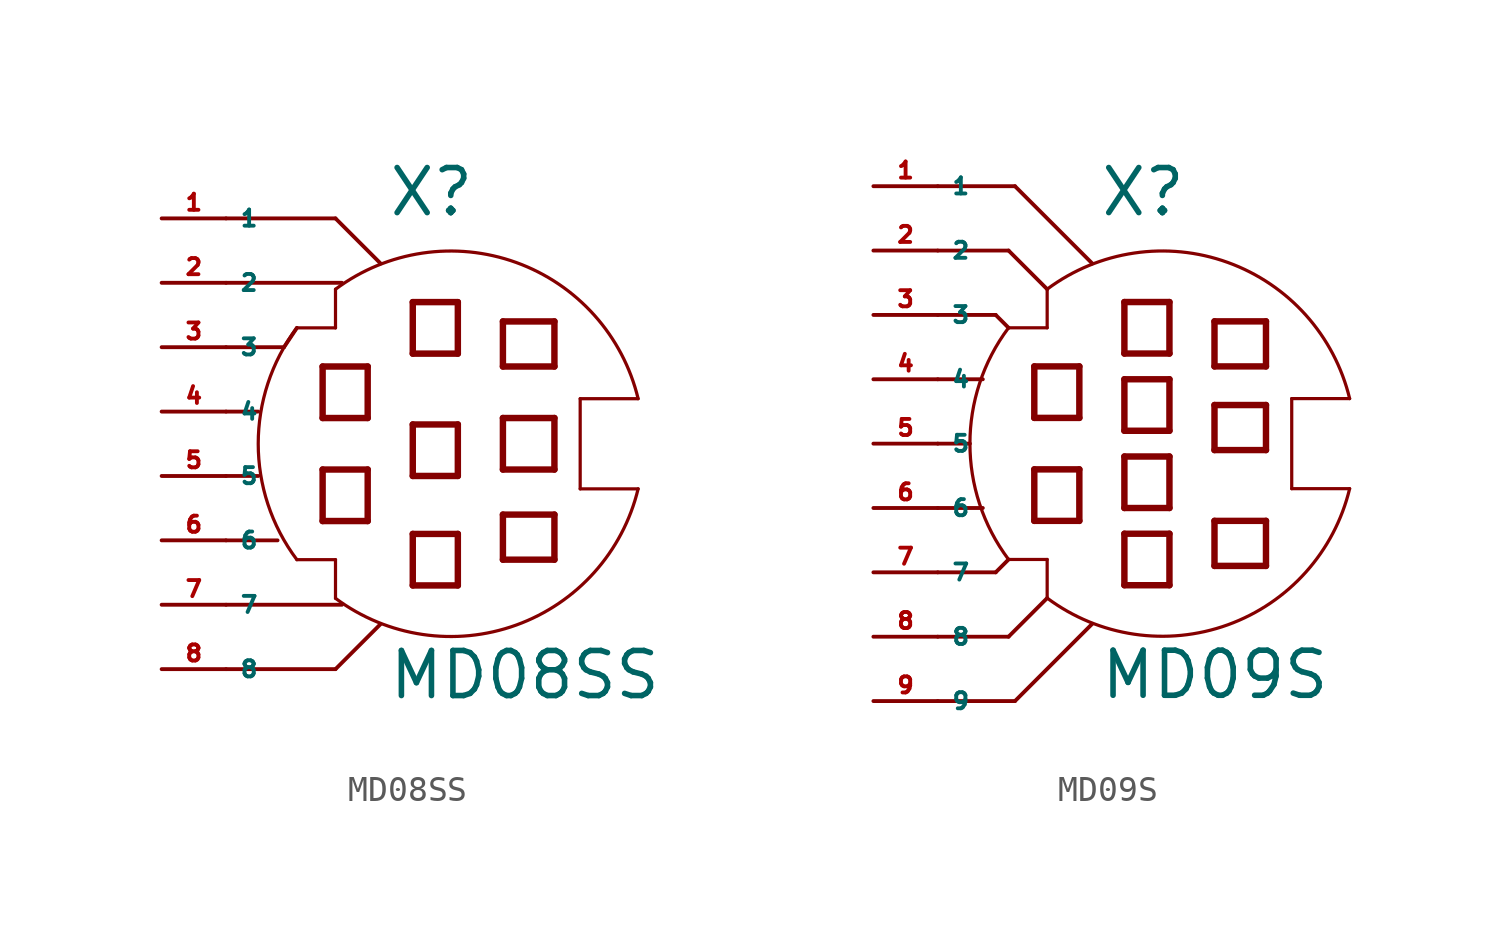
<source format=kicad_sym>
(kicad_symbol_lib
  (version 20220914)
  (generator Eagle2Kicad)
  (symbol "MD08SS"
    (property "Reference" "X"
      (at -1.27 10.16 0)
      (effects (font (size 1.778 1.778) (thickness 0.22)) (justify left bottom)))
    (property "Value" "MD08SS"
      (at -1.27 -8.89 0)
      (effects (font (size 1.778 1.778) (thickness 0.22)) (justify left bottom)))
    (polyline
      (pts (xy 6.35 -0.508) (xy 6.35 3.048))
      (stroke (width 0.127) (type default))
      (fill (type none)))
    (polyline
      (pts (xy 6.35 3.048) (xy 8.636 3.048))
      (stroke (width 0.127) (type default))
      (fill (type none)))
    (polyline
      (pts (xy -3.302 7.366) (xy -3.302 5.842))
      (stroke (width 0.127) (type default))
      (fill (type none)))
    (polyline
      (pts (xy -3.302 5.842) (xy -4.826 5.842))
      (stroke (width 0.127) (type default))
      (fill (type none)))
    (polyline
      (pts (xy -4.826 -3.302) (xy -3.302 -3.302))
      (stroke (width 0.127) (type default))
      (fill (type none)))
    (polyline
      (pts (xy -3.302 -3.302) (xy -3.302 -4.826))
      (stroke (width 0.127) (type default))
      (fill (type none)))
    (arc
      (start -4.826 5.842)
      (mid -6.350 1.270)
      (end -4.826 -3.302)
      (stroke (width 0.127) (type default))
      (fill (type none)))
    (arc
      (start 8.6359 3.048)
      (mid 3.829 8.420)
      (end -3.302 7.366)
      (stroke (width 0.127) (type default))
      (fill (type none)))
    (polyline
      (pts (xy 1.524 0) (xy -0.254 0))
      (stroke (width 0.254) (type default))
      (fill (type none)))
    (polyline
      (pts (xy -0.254 0) (xy -0.254 2.032))
      (stroke (width 0.254) (type default))
      (fill (type none)))
    (polyline
      (pts (xy -0.254 2.032) (xy 1.524 2.032))
      (stroke (width 0.254) (type default))
      (fill (type none)))
    (polyline
      (pts (xy 1.524 2.032) (xy 1.524 0))
      (stroke (width 0.254) (type default))
      (fill (type none)))
    (polyline
      (pts (xy 1.524 4.826) (xy -0.254 4.826))
      (stroke (width 0.254) (type default))
      (fill (type none)))
    (polyline
      (pts (xy -0.254 4.826) (xy -0.254 6.858))
      (stroke (width 0.254) (type default))
      (fill (type none)))
    (polyline
      (pts (xy -0.254 6.858) (xy 1.524 6.858))
      (stroke (width 0.254) (type default))
      (fill (type none)))
    (polyline
      (pts (xy 1.524 6.858) (xy 1.524 4.826))
      (stroke (width 0.254) (type default))
      (fill (type none)))
    (polyline
      (pts (xy 1.524 -4.318) (xy -0.254 -4.318))
      (stroke (width 0.254) (type default))
      (fill (type none)))
    (polyline
      (pts (xy -0.254 -4.318) (xy -0.254 -2.286))
      (stroke (width 0.254) (type default))
      (fill (type none)))
    (polyline
      (pts (xy -0.254 -2.286) (xy 1.524 -2.286))
      (stroke (width 0.254) (type default))
      (fill (type none)))
    (polyline
      (pts (xy 1.524 -2.286) (xy 1.524 -4.318))
      (stroke (width 0.254) (type default))
      (fill (type none)))
    (polyline
      (pts (xy 5.334 4.318) (xy 3.302 4.318))
      (stroke (width 0.254) (type default))
      (fill (type none)))
    (polyline
      (pts (xy 3.302 4.318) (xy 3.302 6.096))
      (stroke (width 0.254) (type default))
      (fill (type none)))
    (polyline
      (pts (xy 3.302 6.096) (xy 5.334 6.096))
      (stroke (width 0.254) (type default))
      (fill (type none)))
    (polyline
      (pts (xy 5.334 6.096) (xy 5.334 4.318))
      (stroke (width 0.254) (type default))
      (fill (type none)))
    (polyline
      (pts (xy 5.334 0.254) (xy 3.302 0.254))
      (stroke (width 0.254) (type default))
      (fill (type none)))
    (polyline
      (pts (xy 3.302 0.254) (xy 3.302 2.286))
      (stroke (width 0.254) (type default))
      (fill (type none)))
    (polyline
      (pts (xy 3.302 2.286) (xy 5.334 2.286))
      (stroke (width 0.254) (type default))
      (fill (type none)))
    (polyline
      (pts (xy 5.334 2.286) (xy 5.334 0.254))
      (stroke (width 0.254) (type default))
      (fill (type none)))
    (polyline
      (pts (xy 5.334 -3.302) (xy 3.302 -3.302))
      (stroke (width 0.254) (type default))
      (fill (type none)))
    (polyline
      (pts (xy 3.302 -3.302) (xy 3.302 -1.524))
      (stroke (width 0.254) (type default))
      (fill (type none)))
    (polyline
      (pts (xy 3.302 -1.524) (xy 5.334 -1.524))
      (stroke (width 0.254) (type default))
      (fill (type none)))
    (polyline
      (pts (xy 5.334 -1.524) (xy 5.334 -3.302))
      (stroke (width 0.254) (type default))
      (fill (type none)))
    (polyline
      (pts (xy -2.032 2.286) (xy -3.81 2.286))
      (stroke (width 0.254) (type default))
      (fill (type none)))
    (polyline
      (pts (xy -3.81 2.286) (xy -3.81 4.318))
      (stroke (width 0.254) (type default))
      (fill (type none)))
    (polyline
      (pts (xy -3.81 4.318) (xy -2.032 4.318))
      (stroke (width 0.254) (type default))
      (fill (type none)))
    (polyline
      (pts (xy -2.032 4.318) (xy -2.032 2.286))
      (stroke (width 0.254) (type default))
      (fill (type none)))
    (polyline
      (pts (xy -2.032 -1.778) (xy -3.81 -1.778))
      (stroke (width 0.254) (type default))
      (fill (type none)))
    (polyline
      (pts (xy -3.81 -1.778) (xy -3.81 0.254))
      (stroke (width 0.254) (type default))
      (fill (type none)))
    (polyline
      (pts (xy -3.81 0.254) (xy -2.032 0.254))
      (stroke (width 0.254) (type default))
      (fill (type none)))
    (polyline
      (pts (xy -2.032 0.254) (xy -2.032 -1.778))
      (stroke (width 0.254) (type default))
      (fill (type none)))
    (polyline
      (pts (xy -7.62 0) (xy -6.35 0))
      (stroke (width 0.152) (type default))
      (fill (type none)))
    (polyline
      (pts (xy -7.62 2.54) (xy -6.35 2.54))
      (stroke (width 0.152) (type default))
      (fill (type none)))
    (polyline
      (pts (xy -7.62 -2.54) (xy -5.588 -2.54))
      (stroke (width 0.152) (type default))
      (fill (type none)))
    (polyline
      (pts (xy -7.62 5.08) (xy -5.334 5.08))
      (stroke (width 0.152) (type default))
      (fill (type none)))
    (polyline
      (pts (xy -5.334 5.08) (xy -4.826 5.842))
      (stroke (width 0.152) (type default))
      (fill (type none)))
    (polyline
      (pts (xy -7.62 -5.08) (xy -3.048 -5.08))
      (stroke (width 0.152) (type default))
      (fill (type none)))
    (polyline
      (pts (xy -7.62 7.62) (xy -3.048 7.62))
      (stroke (width 0.152) (type default))
      (fill (type none)))
    (polyline
      (pts (xy 6.35 -0.508) (xy 8.636 -0.508))
      (stroke (width 0.127) (type default))
      (fill (type none)))
    (arc
      (start -3.302 -4.826)
      (mid 3.829 -5.880)
      (end 8.6359 -0.508)
      (stroke (width 0.127) (type default))
      (fill (type none)))
    (polyline
      (pts (xy -7.62 10.16) (xy -3.302 10.16))
      (stroke (width 0.152) (type default))
      (fill (type none)))
    (polyline
      (pts (xy -3.302 10.16) (xy -1.524 8.382))
      (stroke (width 0.152) (type default))
      (fill (type none)))
    (polyline
      (pts (xy -7.62 -7.62) (xy -3.302 -7.62))
      (stroke (width 0.152) (type default))
      (fill (type none)))
    (polyline
      (pts (xy -3.302 -7.62) (xy -1.524 -5.842))
      (stroke (width 0.152) (type default))
      (fill (type none)))
    (pin passive line
      (at -10.16 10.16 0)
      (length 2.54)
      (name "1" (effects (font (size 0.635 0.635) (thickness 0.08)) (justify left bottom)))
      (number "1" (effects (font (size 0.635 0.635) (thickness 0.08)) (justify left bottom))))
    (pin passive line
      (at -10.16 7.62 0)
      (length 2.54)
      (name "2" (effects (font (size 0.635 0.635) (thickness 0.08)) (justify left bottom)))
      (number "2" (effects (font (size 0.635 0.635) (thickness 0.08)) (justify left bottom))))
    (pin passive line
      (at -10.16 5.08 0)
      (length 2.54)
      (name "3" (effects (font (size 0.635 0.635) (thickness 0.08)) (justify left bottom)))
      (number "3" (effects (font (size 0.635 0.635) (thickness 0.08)) (justify left bottom))))
    (pin passive line
      (at -10.16 2.54 0)
      (length 2.54)
      (name "4" (effects (font (size 0.635 0.635) (thickness 0.08)) (justify left bottom)))
      (number "4" (effects (font (size 0.635 0.635) (thickness 0.08)) (justify left bottom))))
    (pin passive line
      (at -10.16 0 0)
      (length 2.54)
      (name "5" (effects (font (size 0.635 0.635) (thickness 0.08)) (justify left bottom)))
      (number "5" (effects (font (size 0.635 0.635) (thickness 0.08)) (justify left bottom))))
    (pin passive line
      (at -10.16 -2.54 0)
      (length 2.54)
      (name "6" (effects (font (size 0.635 0.635) (thickness 0.08)) (justify left bottom)))
      (number "6" (effects (font (size 0.635 0.635) (thickness 0.08)) (justify left bottom))))
    (pin passive line
      (at -10.16 -5.08 0)
      (length 2.54)
      (name "7" (effects (font (size 0.635 0.635) (thickness 0.08)) (justify left bottom)))
      (number "7" (effects (font (size 0.635 0.635) (thickness 0.08)) (justify left bottom))))
    (pin passive line
      (at -10.16 -7.62 0)
      (length 2.54)
      (name "8" (effects (font (size 0.635 0.635) (thickness 0.08)) (justify left bottom)))
      (number "8" (effects (font (size 0.635 0.635) (thickness 0.08)) (justify left bottom)))))
  (symbol "MD09S"
    (property "Reference" "X"
      (at -1.27 8.89 0)
      (effects (font (size 1.778 1.778) (thickness 0.22)) (justify left bottom)))
    (property "Value" "MD09S"
      (at -1.27 -10.16 0)
      (effects (font (size 1.778 1.778) (thickness 0.22)) (justify left bottom)))
    (polyline
      (pts (xy 6.35 -1.778) (xy 6.35 1.778))
      (stroke (width 0.127) (type default))
      (fill (type none)))
    (polyline
      (pts (xy 6.35 1.778) (xy 8.636 1.778))
      (stroke (width 0.127) (type default))
      (fill (type none)))
    (polyline
      (pts (xy -3.302 6.096) (xy -3.302 4.572))
      (stroke (width 0.127) (type default))
      (fill (type none)))
    (polyline
      (pts (xy -3.302 4.572) (xy -4.826 4.572))
      (stroke (width 0.127) (type default))
      (fill (type none)))
    (polyline
      (pts (xy -4.826 -4.572) (xy -3.302 -4.572))
      (stroke (width 0.127) (type default))
      (fill (type none)))
    (polyline
      (pts (xy -3.302 -4.572) (xy -3.302 -6.096))
      (stroke (width 0.127) (type default))
      (fill (type none)))
    (arc
      (start -4.826 4.572)
      (mid -6.350 0.000)
      (end -4.826 -4.572)
      (stroke (width 0.127) (type default))
      (fill (type none)))
    (arc
      (start 8.6359 1.778)
      (mid 3.829 7.150)
      (end -3.302 6.096)
      (stroke (width 0.127) (type default))
      (fill (type none)))
    (polyline
      (pts (xy 1.524 0.508) (xy -0.254 0.508))
      (stroke (width 0.254) (type default))
      (fill (type none)))
    (polyline
      (pts (xy -0.254 0.508) (xy -0.254 2.54))
      (stroke (width 0.254) (type default))
      (fill (type none)))
    (polyline
      (pts (xy -0.254 2.54) (xy 1.524 2.54))
      (stroke (width 0.254) (type default))
      (fill (type none)))
    (polyline
      (pts (xy 1.524 2.54) (xy 1.524 0.508))
      (stroke (width 0.254) (type default))
      (fill (type none)))
    (polyline
      (pts (xy 1.524 3.556) (xy -0.254 3.556))
      (stroke (width 0.254) (type default))
      (fill (type none)))
    (polyline
      (pts (xy -0.254 3.556) (xy -0.254 5.588))
      (stroke (width 0.254) (type default))
      (fill (type none)))
    (polyline
      (pts (xy -0.254 5.588) (xy 1.524 5.588))
      (stroke (width 0.254) (type default))
      (fill (type none)))
    (polyline
      (pts (xy 1.524 5.588) (xy 1.524 3.556))
      (stroke (width 0.254) (type default))
      (fill (type none)))
    (polyline
      (pts (xy 1.524 -2.54) (xy -0.254 -2.54))
      (stroke (width 0.254) (type default))
      (fill (type none)))
    (polyline
      (pts (xy -0.254 -2.54) (xy -0.254 -0.508))
      (stroke (width 0.254) (type default))
      (fill (type none)))
    (polyline
      (pts (xy -0.254 -0.508) (xy 1.524 -0.508))
      (stroke (width 0.254) (type default))
      (fill (type none)))
    (polyline
      (pts (xy 1.524 -0.508) (xy 1.524 -2.54))
      (stroke (width 0.254) (type default))
      (fill (type none)))
    (polyline
      (pts (xy 1.524 -5.588) (xy -0.254 -5.588))
      (stroke (width 0.254) (type default))
      (fill (type none)))
    (polyline
      (pts (xy -0.254 -5.588) (xy -0.254 -3.556))
      (stroke (width 0.254) (type default))
      (fill (type none)))
    (polyline
      (pts (xy -0.254 -3.556) (xy 1.524 -3.556))
      (stroke (width 0.254) (type default))
      (fill (type none)))
    (polyline
      (pts (xy 1.524 -3.556) (xy 1.524 -5.588))
      (stroke (width 0.254) (type default))
      (fill (type none)))
    (polyline
      (pts (xy 5.334 3.048) (xy 3.302 3.048))
      (stroke (width 0.254) (type default))
      (fill (type none)))
    (polyline
      (pts (xy 3.302 3.048) (xy 3.302 4.826))
      (stroke (width 0.254) (type default))
      (fill (type none)))
    (polyline
      (pts (xy 3.302 4.826) (xy 5.334 4.826))
      (stroke (width 0.254) (type default))
      (fill (type none)))
    (polyline
      (pts (xy 5.334 4.826) (xy 5.334 3.048))
      (stroke (width 0.254) (type default))
      (fill (type none)))
    (polyline
      (pts (xy 5.334 -0.254) (xy 3.302 -0.254))
      (stroke (width 0.254) (type default))
      (fill (type none)))
    (polyline
      (pts (xy 3.302 -0.254) (xy 3.302 1.524))
      (stroke (width 0.254) (type default))
      (fill (type none)))
    (polyline
      (pts (xy 3.302 1.524) (xy 5.334 1.524))
      (stroke (width 0.254) (type default))
      (fill (type none)))
    (polyline
      (pts (xy 5.334 1.524) (xy 5.334 -0.254))
      (stroke (width 0.254) (type default))
      (fill (type none)))
    (polyline
      (pts (xy 5.334 -4.826) (xy 3.302 -4.826))
      (stroke (width 0.254) (type default))
      (fill (type none)))
    (polyline
      (pts (xy 3.302 -4.826) (xy 3.302 -3.048))
      (stroke (width 0.254) (type default))
      (fill (type none)))
    (polyline
      (pts (xy 3.302 -3.048) (xy 5.334 -3.048))
      (stroke (width 0.254) (type default))
      (fill (type none)))
    (polyline
      (pts (xy 5.334 -3.048) (xy 5.334 -4.826))
      (stroke (width 0.254) (type default))
      (fill (type none)))
    (polyline
      (pts (xy -2.032 1.016) (xy -3.81 1.016))
      (stroke (width 0.254) (type default))
      (fill (type none)))
    (polyline
      (pts (xy -3.81 1.016) (xy -3.81 3.048))
      (stroke (width 0.254) (type default))
      (fill (type none)))
    (polyline
      (pts (xy -3.81 3.048) (xy -2.032 3.048))
      (stroke (width 0.254) (type default))
      (fill (type none)))
    (polyline
      (pts (xy -2.032 3.048) (xy -2.032 1.016))
      (stroke (width 0.254) (type default))
      (fill (type none)))
    (polyline
      (pts (xy -2.032 -3.048) (xy -3.81 -3.048))
      (stroke (width 0.254) (type default))
      (fill (type none)))
    (polyline
      (pts (xy -3.81 -3.048) (xy -3.81 -1.016))
      (stroke (width 0.254) (type default))
      (fill (type none)))
    (polyline
      (pts (xy -3.81 -1.016) (xy -2.032 -1.016))
      (stroke (width 0.254) (type default))
      (fill (type none)))
    (polyline
      (pts (xy -2.032 -1.016) (xy -2.032 -3.048))
      (stroke (width 0.254) (type default))
      (fill (type none)))
    (polyline
      (pts (xy -7.62 0) (xy -6.35 0))
      (stroke (width 0.152) (type default))
      (fill (type none)))
    (polyline
      (pts (xy -7.62 2.54) (xy -5.842 2.54))
      (stroke (width 0.152) (type default))
      (fill (type none)))
    (polyline
      (pts (xy -7.62 -2.54) (xy -5.842 -2.54))
      (stroke (width 0.152) (type default))
      (fill (type none)))
    (polyline
      (pts (xy -7.62 5.08) (xy -5.334 5.08))
      (stroke (width 0.152) (type default))
      (fill (type none)))
    (polyline
      (pts (xy -5.334 5.08) (xy -4.826 4.572))
      (stroke (width 0.152) (type default))
      (fill (type none)))
    (polyline
      (pts (xy -7.62 -5.08) (xy -5.334 -5.08))
      (stroke (width 0.152) (type default))
      (fill (type none)))
    (polyline
      (pts (xy -5.334 -5.08) (xy -4.826 -4.572))
      (stroke (width 0.152) (type default))
      (fill (type none)))
    (polyline
      (pts (xy -7.62 -7.62) (xy -4.826 -7.62))
      (stroke (width 0.152) (type default))
      (fill (type none)))
    (polyline
      (pts (xy -4.826 -7.62) (xy -3.302 -6.096))
      (stroke (width 0.152) (type default))
      (fill (type none)))
    (polyline
      (pts (xy -7.62 7.62) (xy -4.826 7.62))
      (stroke (width 0.152) (type default))
      (fill (type none)))
    (polyline
      (pts (xy -4.826 7.62) (xy -3.302 6.096))
      (stroke (width 0.152) (type default))
      (fill (type none)))
    (polyline
      (pts (xy -7.62 10.16) (xy -4.572 10.16))
      (stroke (width 0.152) (type default))
      (fill (type none)))
    (polyline
      (pts (xy -4.572 10.16) (xy -1.524 7.112))
      (stroke (width 0.152) (type default))
      (fill (type none)))
    (polyline
      (pts (xy -7.62 -10.16) (xy -4.572 -10.16))
      (stroke (width 0.152) (type default))
      (fill (type none)))
    (polyline
      (pts (xy -4.572 -10.16) (xy -1.524 -7.112))
      (stroke (width 0.152) (type default))
      (fill (type none)))
    (polyline
      (pts (xy 6.35 -1.778) (xy 8.636 -1.778))
      (stroke (width 0.127) (type default))
      (fill (type none)))
    (arc
      (start -3.302 -6.096)
      (mid 3.829 -7.150)
      (end 8.6359 -1.778)
      (stroke (width 0.127) (type default))
      (fill (type none)))
    (pin passive line
      (at -10.16 10.16 0)
      (length 2.54)
      (name "1" (effects (font (size 0.635 0.635) (thickness 0.08)) (justify left bottom)))
      (number "1" (effects (font (size 0.635 0.635) (thickness 0.08)) (justify left bottom))))
    (pin passive line
      (at -10.16 7.62 0)
      (length 2.54)
      (name "2" (effects (font (size 0.635 0.635) (thickness 0.08)) (justify left bottom)))
      (number "2" (effects (font (size 0.635 0.635) (thickness 0.08)) (justify left bottom))))
    (pin passive line
      (at -10.16 5.08 0)
      (length 2.54)
      (name "3" (effects (font (size 0.635 0.635) (thickness 0.08)) (justify left bottom)))
      (number "3" (effects (font (size 0.635 0.635) (thickness 0.08)) (justify left bottom))))
    (pin passive line
      (at -10.16 2.54 0)
      (length 2.54)
      (name "4" (effects (font (size 0.635 0.635) (thickness 0.08)) (justify left bottom)))
      (number "4" (effects (font (size 0.635 0.635) (thickness 0.08)) (justify left bottom))))
    (pin passive line
      (at -10.16 0 0)
      (length 2.54)
      (name "5" (effects (font (size 0.635 0.635) (thickness 0.08)) (justify left bottom)))
      (number "5" (effects (font (size 0.635 0.635) (thickness 0.08)) (justify left bottom))))
    (pin passive line
      (at -10.16 -2.54 0)
      (length 2.54)
      (name "6" (effects (font (size 0.635 0.635) (thickness 0.08)) (justify left bottom)))
      (number "6" (effects (font (size 0.635 0.635) (thickness 0.08)) (justify left bottom))))
    (pin passive line
      (at -10.16 -5.08 0)
      (length 2.54)
      (name "7" (effects (font (size 0.635 0.635) (thickness 0.08)) (justify left bottom)))
      (number "7" (effects (font (size 0.635 0.635) (thickness 0.08)) (justify left bottom))))
    (pin passive line
      (at -10.16 -7.62 0)
      (length 2.54)
      (name "8" (effects (font (size 0.635 0.635) (thickness 0.08)) (justify left bottom)))
      (number "8" (effects (font (size 0.635 0.635) (thickness 0.08)) (justify left bottom))))
    (pin passive line
      (at -10.16 -10.16 0)
      (length 2.54)
      (name "9" (effects (font (size 0.635 0.635) (thickness 0.08)) (justify left bottom)))
      (number "9" (effects (font (size 0.635 0.635) (thickness 0.08)) (justify left bottom))))))
</source>
